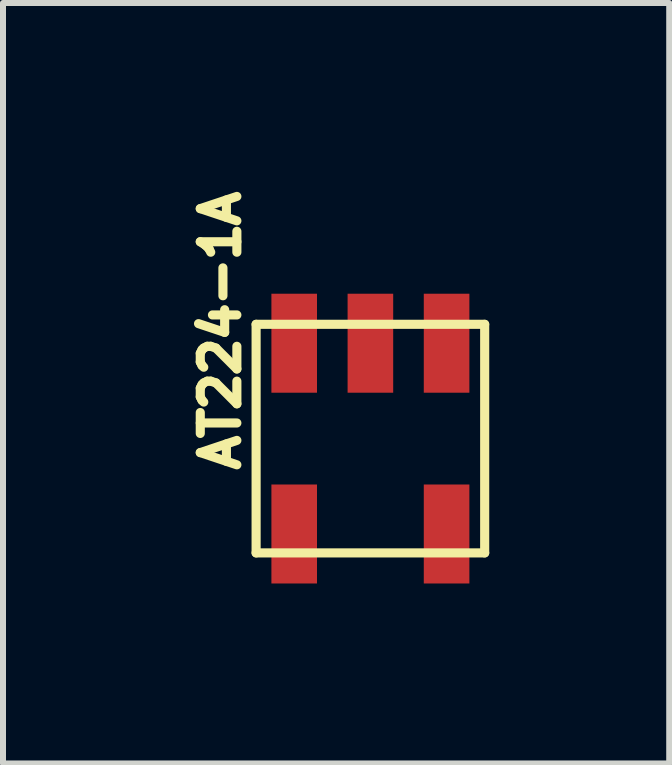
<source format=kicad_pcb>
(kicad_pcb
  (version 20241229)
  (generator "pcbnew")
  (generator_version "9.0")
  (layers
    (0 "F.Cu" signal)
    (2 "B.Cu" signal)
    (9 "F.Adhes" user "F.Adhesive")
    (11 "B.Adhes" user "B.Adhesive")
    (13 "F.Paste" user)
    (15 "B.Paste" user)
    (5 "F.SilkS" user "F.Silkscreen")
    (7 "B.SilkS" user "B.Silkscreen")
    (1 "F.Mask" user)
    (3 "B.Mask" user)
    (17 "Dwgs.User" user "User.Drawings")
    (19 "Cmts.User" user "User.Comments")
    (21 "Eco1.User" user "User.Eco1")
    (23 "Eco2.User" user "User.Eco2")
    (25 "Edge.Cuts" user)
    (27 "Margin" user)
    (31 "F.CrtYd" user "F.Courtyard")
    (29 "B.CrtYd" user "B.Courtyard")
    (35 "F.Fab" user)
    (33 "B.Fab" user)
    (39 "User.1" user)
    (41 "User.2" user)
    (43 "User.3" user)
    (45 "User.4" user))
  (footprint "AT224-1A"
    (layer "F.Cu")
    (at 3.124 4.261)
    (property "Reference" "AT224-1A" (at -2.5 -1.8 90) (layer "F.SilkS") (effects (font (size 0.61 0.61) (thickness 0.152))))
    (attr through_hole)
    (fp_line (start -1.905 -1.905) (end 1.905 -1.905) (stroke (width 0.152) (type solid)) (layer "F.SilkS"))
    (fp_line (start -1.905 1.905) (end -1.905 -1.905) (stroke (width 0.152) (type solid)) (layer "F.SilkS"))
    (fp_line (start 1.905 -1.905) (end 1.905 1.905) (stroke (width 0.152) (type solid)) (layer "F.SilkS"))
    (fp_line (start 1.905 1.905) (end -1.905 1.905) (stroke (width 0.152) (type solid)) (layer "F.SilkS"))
    (pad "1" smd rect (at -1.27 -1.59) (size 0.76 1.65) (layers "F.Cu" "F.Mask" "F.Paste"))
    (pad "2" smd rect (at 0 -1.59) (size 0.76 1.65) (layers "F.Cu" "F.Mask" "F.Paste"))
    (pad "3" smd rect (at 1.27 -1.59) (size 0.76 1.65) (layers "F.Cu" "F.Mask" "F.Paste"))
    (pad "4" smd rect (at 1.27 1.59) (size 0.76 1.65) (layers "F.Cu" "F.Mask" "F.Paste"))
    (pad "6" smd rect (at -1.27 1.59) (size 0.76 1.65) (layers "F.Cu" "F.Mask" "F.Paste")))
  (gr_rect
    (start -3 -3)
    (end 8.105 9.676)
    (stroke (width 0.1) (type default))
    (fill no)
    (layer "Edge.Cuts")))
</source>
